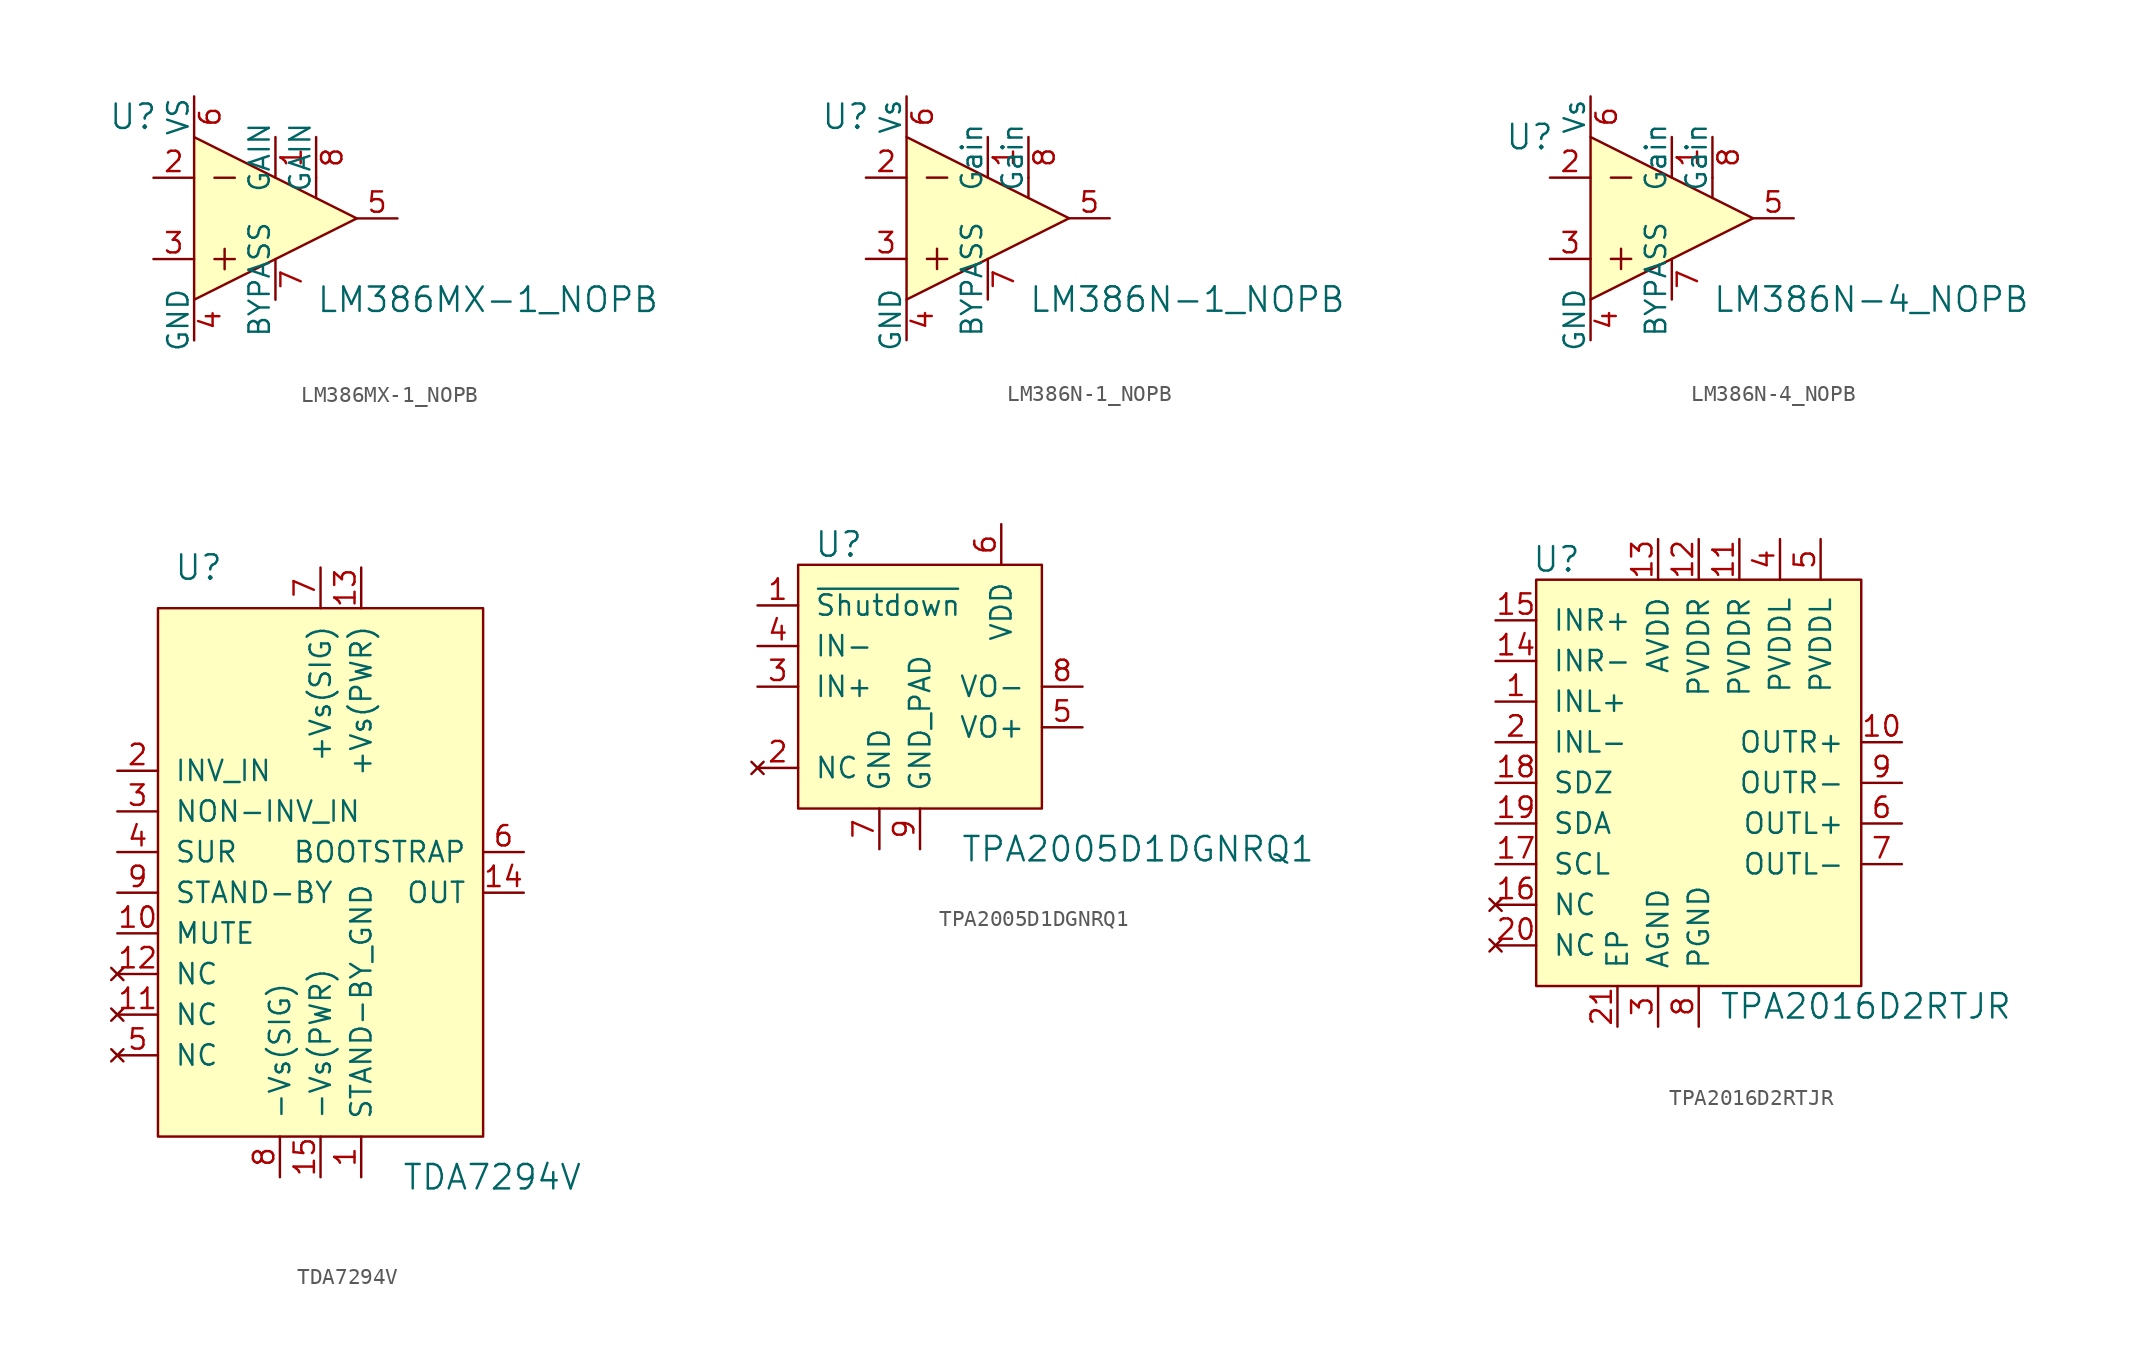
<source format=kicad_sym>
(kicad_symbol_lib
  (version 20201005)
  (generator kicad_symbol_editor)
  (symbol "LM386MX-1_NOPB"
    (pin_names
      (offset 0))
    (property "Reference" "U"
      (at -8.89 6.35 0)
      (effects (font (size 1.524 1.524))))
    (property "Value" "LM386MX-1_NOPB"
      (at 2.54 -5.08 0)
      (effects (font (size 1.524 1.524)) (justify left)))
    (symbol "LM386MX-1_NOPB_0_1"
      (polyline (pts (xy -3.81 -2.54) (xy -2.54 -2.54)) (stroke (width 0)) (fill (type none)))
      (polyline (pts (xy -3.81 2.54) (xy -2.54 2.54)) (stroke (width 0)) (fill (type none)))
      (polyline (pts (xy -3.175 -1.905) (xy -3.175 -3.175)) (stroke (width 0)) (fill (type none)))
      (polyline (pts (xy 2.54 2.54) (xy 2.54 1.27)) (stroke (width 0)) (fill (type none)))
      (polyline (pts (xy -5.08 5.08) (xy -5.08 -5.08) (xy 5.08 0) (xy -5.08 5.08)) (stroke (width 0)) (fill (type background))))
    (symbol "LM386MX-1_NOPB_1_1"
      (pin passive line (at 0 5.08 270) (length 2.54) (name "GAIN" (effects (font (size 1.27 1.27)))) (number "1" (effects (font (size 1.27 1.27)))))
      (pin input line (at -7.62 2.54 0) (length 2.54) (name "~" (effects (font (size 1.27 1.27)))) (number "2" (effects (font (size 1.27 1.27)))))
      (pin input line (at -7.62 -2.54 0) (length 2.54) (name "~" (effects (font (size 1.27 1.27)))) (number "3" (effects (font (size 1.27 1.27)))))
      (pin power_in line (at -5.08 -7.62 90) (length 2.54) (name "GND" (effects (font (size 1.27 1.27)))) (number "4" (effects (font (size 1.27 1.27)))))
      (pin output line (at 7.62 0 180) (length 2.54) (name "~" (effects (font (size 1.27 1.27)))) (number "5" (effects (font (size 1.27 1.27)))))
      (pin power_in line (at -5.08 7.62 270) (length 2.54) (name "VS" (effects (font (size 1.27 1.27)))) (number "6" (effects (font (size 1.27 1.27)))))
      (pin output line (at 0 -5.08 90) (length 2.54) (name "BYPASS" (effects (font (size 1.27 1.27)))) (number "7" (effects (font (size 1.27 1.27)))))
      (pin passive line (at 2.54 5.08 270) (length 2.54) (name "GAIN" (effects (font (size 1.27 1.27)))) (number "8" (effects (font (size 1.27 1.27)))))))
  (symbol "LM386N-1_NOPB"
    (pin_names
      (offset 0))
    (property "Reference" "U"
      (at -8.89 6.35 0)
      (effects (font (size 1.524 1.524))))
    (property "Value" "LM386N-1_NOPB"
      (at 2.54 -5.08 0)
      (effects (font (size 1.524 1.524)) (justify left)))
    (symbol "LM386N-1_NOPB_0_1"
      (polyline (pts (xy -3.81 -2.54) (xy -2.54 -2.54)) (stroke (width 0)) (fill (type none)))
      (polyline (pts (xy -3.81 2.54) (xy -2.54 2.54)) (stroke (width 0)) (fill (type none)))
      (polyline (pts (xy -3.175 -1.905) (xy -3.175 -3.175)) (stroke (width 0)) (fill (type none)))
      (polyline (pts (xy 2.54 2.54) (xy 2.54 1.27)) (stroke (width 0)) (fill (type none)))
      (polyline (pts (xy -5.08 5.08) (xy -5.08 -5.08) (xy 5.08 0) (xy -5.08 5.08)) (stroke (width 0)) (fill (type background))))
    (symbol "LM386N-1_NOPB_1_1"
      (pin input line (at 0 5.08 270) (length 2.54) (name "Gain" (effects (font (size 1.27 1.27)))) (number "1" (effects (font (size 1.27 1.27)))))
      (pin input line (at -7.62 2.54 0) (length 2.54) (name "~" (effects (font (size 1.27 1.27)))) (number "2" (effects (font (size 1.27 1.27)))))
      (pin input line (at -7.62 -2.54 0) (length 2.54) (name "~" (effects (font (size 1.27 1.27)))) (number "3" (effects (font (size 1.27 1.27)))))
      (pin power_in line (at -5.08 -7.62 90) (length 2.54) (name "GND" (effects (font (size 1.27 1.27)))) (number "4" (effects (font (size 1.27 1.27)))))
      (pin output line (at 7.62 0 180) (length 2.54) (name "~" (effects (font (size 1.27 1.27)))) (number "5" (effects (font (size 1.27 1.27)))))
      (pin power_in line (at -5.08 7.62 270) (length 2.54) (name "Vs" (effects (font (size 1.27 1.27)))) (number "6" (effects (font (size 1.27 1.27)))))
      (pin output line (at 0 -5.08 90) (length 2.54) (name "BYPASS" (effects (font (size 1.27 1.27)))) (number "7" (effects (font (size 1.27 1.27)))))
      (pin input line (at 2.54 5.08 270) (length 2.54) (name "Gain" (effects (font (size 1.27 1.27)))) (number "8" (effects (font (size 1.27 1.27)))))))
  (symbol "LM386N-4_NOPB"
    (pin_names
      (offset 0))
    (property "Reference" "U"
      (at -8.89 5.08 0)
      (effects (font (size 1.524 1.524))))
    (property "Value" "LM386N-4_NOPB"
      (at 2.54 -5.08 0)
      (effects (font (size 1.524 1.524)) (justify left)))
    (symbol "LM386N-4_NOPB_0_1"
      (polyline (pts (xy -3.81 -2.54) (xy -2.54 -2.54)) (stroke (width 0)) (fill (type none)))
      (polyline (pts (xy -3.81 2.54) (xy -2.54 2.54)) (stroke (width 0)) (fill (type none)))
      (polyline (pts (xy -3.175 -1.905) (xy -3.175 -3.175)) (stroke (width 0)) (fill (type none)))
      (polyline (pts (xy 2.54 2.54) (xy 2.54 1.27)) (stroke (width 0)) (fill (type none)))
      (polyline (pts (xy -5.08 5.08) (xy -5.08 -5.08) (xy 5.08 0) (xy -5.08 5.08)) (stroke (width 0)) (fill (type background))))
    (symbol "LM386N-4_NOPB_1_1"
      (pin passive line (at 0 5.08 270) (length 2.54) (name "Gain" (effects (font (size 1.27 1.27)))) (number "1" (effects (font (size 1.27 1.27)))))
      (pin input line (at -7.62 2.54 0) (length 2.54) (name "~" (effects (font (size 1.27 1.27)))) (number "2" (effects (font (size 1.27 1.27)))))
      (pin input line (at -7.62 -2.54 0) (length 2.54) (name "~" (effects (font (size 1.27 1.27)))) (number "3" (effects (font (size 1.27 1.27)))))
      (pin power_in line (at -5.08 -7.62 90) (length 2.54) (name "GND" (effects (font (size 1.27 1.27)))) (number "4" (effects (font (size 1.27 1.27)))))
      (pin output line (at 7.62 0 180) (length 2.54) (name "~" (effects (font (size 1.27 1.27)))) (number "5" (effects (font (size 1.27 1.27)))))
      (pin power_in line (at -5.08 7.62 270) (length 2.54) (name "Vs" (effects (font (size 1.27 1.27)))) (number "6" (effects (font (size 1.27 1.27)))))
      (pin output line (at 0 -5.08 90) (length 2.54) (name "BYPASS" (effects (font (size 1.27 1.27)))) (number "7" (effects (font (size 1.27 1.27)))))
      (pin passive line (at 2.54 5.08 270) (length 2.54) (name "Gain" (effects (font (size 1.27 1.27)))) (number "8" (effects (font (size 1.27 1.27)))))))
  (symbol "TDA7294V"
    (pin_names
      (offset 1.016))
    (property "Reference" "U"
      (at -7.62 17.78 0)
      (effects (font (size 1.524 1.524))))
    (property "Value" "TDA7294V"
      (at 5.08 -20.32 0)
      (effects (font (size 1.524 1.524)) (justify left)))
    (symbol "TDA7294V_0_1"
      (rectangle (start -10.16 15.24) (end 10.16 -17.78) (stroke (width 0)) (fill (type background))))
    (symbol "TDA7294V_1_1"
      (pin power_in line (at 2.54 -20.32 90) (length 2.54) (name "STAND-BY_GND" (effects (font (size 1.27 1.27)))) (number "1" (effects (font (size 1.27 1.27)))))
      (pin input line (at -12.7 5.08 0) (length 2.54) (name "INV_IN" (effects (font (size 1.27 1.27)))) (number "2" (effects (font (size 1.27 1.27)))))
      (pin input line (at -12.7 2.54 0) (length 2.54) (name "NON-INV_IN" (effects (font (size 1.27 1.27)))) (number "3" (effects (font (size 1.27 1.27)))))
      (pin input line (at -12.7 0 0) (length 2.54) (name "SUR" (effects (font (size 1.27 1.27)))) (number "4" (effects (font (size 1.27 1.27)))))
      (pin no_connect line (at -12.7 -12.7 0) (length 2.54) (name "NC" (effects (font (size 1.27 1.27)))) (number "5" (effects (font (size 1.27 1.27)))))
      (pin output line (at 12.7 0 180) (length 2.54) (name "BOOTSTRAP" (effects (font (size 1.27 1.27)))) (number "6" (effects (font (size 1.27 1.27)))))
      (pin power_in line (at 0 17.78 270) (length 2.54) (name "+Vs(SIG)" (effects (font (size 1.27 1.27)))) (number "7" (effects (font (size 1.27 1.27)))))
      (pin power_in line (at -2.54 -20.32 90) (length 2.54) (name "-Vs(SIG)" (effects (font (size 1.27 1.27)))) (number "8" (effects (font (size 1.27 1.27)))))
      (pin input line (at -12.7 -2.54 0) (length 2.54) (name "STAND-BY" (effects (font (size 1.27 1.27)))) (number "9" (effects (font (size 1.27 1.27)))))
      (pin input line (at -12.7 -5.08 0) (length 2.54) (name "MUTE" (effects (font (size 1.27 1.27)))) (number "10" (effects (font (size 1.27 1.27)))))
      (pin no_connect line (at -12.7 -10.16 0) (length 2.54) (name "NC" (effects (font (size 1.27 1.27)))) (number "11" (effects (font (size 1.27 1.27)))))
      (pin no_connect line (at -12.7 -7.62 0) (length 2.54) (name "NC" (effects (font (size 1.27 1.27)))) (number "12" (effects (font (size 1.27 1.27)))))
      (pin power_in line (at 2.54 17.78 270) (length 2.54) (name "+Vs(PWR)" (effects (font (size 1.27 1.27)))) (number "13" (effects (font (size 1.27 1.27)))))
      (pin output line (at 12.7 -2.54 180) (length 2.54) (name "OUT" (effects (font (size 1.27 1.27)))) (number "14" (effects (font (size 1.27 1.27)))))
      (pin power_in line (at 0 -20.32 90) (length 2.54) (name "-Vs(PWR)" (effects (font (size 1.27 1.27)))) (number "15" (effects (font (size 1.27 1.27)))))))
  (symbol "TPA2005D1DGNRQ1"
    (pin_names
      (offset 1.016))
    (property "Reference" "U"
      (at -10.16 6.35 0)
      (effects (font (size 1.524 1.524))))
    (property "Value" "TPA2005D1DGNRQ1"
      (at -2.54 -12.7 0)
      (effects (font (size 1.524 1.524)) (justify left)))
    (symbol "TPA2005D1DGNRQ1_0_1"
      (rectangle (start -12.7 5.08) (end 2.54 -10.16) (stroke (width 0)) (fill (type background))))
    (symbol "TPA2005D1DGNRQ1_1_1"
      (pin input line (at -15.24 2.54 0) (length 2.54) (name "~Shutdown" (effects (font (size 1.27 1.27)))) (number "1" (effects (font (size 1.27 1.27)))))
      (pin no_connect line (at -15.24 -7.62 0) (length 2.54) (name "NC" (effects (font (size 1.27 1.27)))) (number "2" (effects (font (size 1.27 1.27)))))
      (pin input line (at -15.24 -2.54 0) (length 2.54) (name "IN+" (effects (font (size 1.27 1.27)))) (number "3" (effects (font (size 1.27 1.27)))))
      (pin input line (at -15.24 0 0) (length 2.54) (name "IN-" (effects (font (size 1.27 1.27)))) (number "4" (effects (font (size 1.27 1.27)))))
      (pin output line (at 5.08 -5.08 180) (length 2.54) (name "VO+" (effects (font (size 1.27 1.27)))) (number "5" (effects (font (size 1.27 1.27)))))
      (pin power_in line (at 0 7.62 270) (length 2.54) (name "VDD" (effects (font (size 1.27 1.27)))) (number "6" (effects (font (size 1.27 1.27)))))
      (pin power_in line (at -7.62 -12.7 90) (length 2.54) (name "GND" (effects (font (size 1.27 1.27)))) (number "7" (effects (font (size 1.27 1.27)))))
      (pin output line (at 5.08 -2.54 180) (length 2.54) (name "VO-" (effects (font (size 1.27 1.27)))) (number "8" (effects (font (size 1.27 1.27)))))
      (pin power_in line (at -5.08 -12.7 90) (length 2.54) (name "GND_PAD" (effects (font (size 1.27 1.27)))) (number "9" (effects (font (size 1.27 1.27)))))))
  (symbol "TPA2016D2RTJR"
    (pin_names
      (offset 1.016))
    (property "Reference" "U"
      (at -6.35 3.81 0)
      (effects (font (size 1.524 1.524))))
    (property "Value" "TPA2016D2RTJR"
      (at 3.81 -24.13 0)
      (effects (font (size 1.524 1.524)) (justify left)))
    (symbol "TPA2016D2RTJR_0_1"
      (rectangle (start -7.62 2.54) (end 12.7 -22.86) (stroke (width 0)) (fill (type background))))
    (symbol "TPA2016D2RTJR_1_1"
      (pin input line (at -10.16 -5.08 0) (length 2.54) (name "INL+" (effects (font (size 1.27 1.27)))) (number "1" (effects (font (size 1.27 1.27)))))
      (pin input line (at -10.16 -7.62 0) (length 2.54) (name "INL-" (effects (font (size 1.27 1.27)))) (number "2" (effects (font (size 1.27 1.27)))))
      (pin power_in line (at 0 -25.4 90) (length 2.54) (name "AGND" (effects (font (size 1.27 1.27)))) (number "3" (effects (font (size 1.27 1.27)))))
      (pin power_in line (at 7.62 5.08 270) (length 2.54) (name "PVDDL" (effects (font (size 1.27 1.27)))) (number "4" (effects (font (size 1.27 1.27)))))
      (pin power_in line (at 10.16 5.08 270) (length 2.54) (name "PVDDL" (effects (font (size 1.27 1.27)))) (number "5" (effects (font (size 1.27 1.27)))))
      (pin output line (at 15.24 -12.7 180) (length 2.54) (name "OUTL+" (effects (font (size 1.27 1.27)))) (number "6" (effects (font (size 1.27 1.27)))))
      (pin output line (at 15.24 -15.24 180) (length 2.54) (name "OUTL-" (effects (font (size 1.27 1.27)))) (number "7" (effects (font (size 1.27 1.27)))))
      (pin power_in line (at 2.54 -25.4 90) (length 2.54) (name "PGND" (effects (font (size 1.27 1.27)))) (number "8" (effects (font (size 1.27 1.27)))))
      (pin output line (at 15.24 -10.16 180) (length 2.54) (name "OUTR-" (effects (font (size 1.27 1.27)))) (number "9" (effects (font (size 1.27 1.27)))))
      (pin output line (at 15.24 -7.62 180) (length 2.54) (name "OUTR+" (effects (font (size 1.27 1.27)))) (number "10" (effects (font (size 1.27 1.27)))))
      (pin no_connect line (at -10.16 -20.32 0) (length 2.54) (name "NC" (effects (font (size 1.27 1.27)))) (number "20" (effects (font (size 1.27 1.27)))))
      (pin power_in line (at 5.08 5.08 270) (length 2.54) (name "PVDDR" (effects (font (size 1.27 1.27)))) (number "11" (effects (font (size 1.27 1.27)))))
      (pin passive line (at -2.54 -25.4 90) (length 2.54) (name "EP" (effects (font (size 1.27 1.27)))) (number "21" (effects (font (size 1.27 1.27)))))
      (pin power_in line (at 2.54 5.08 270) (length 2.54) (name "PVDDR" (effects (font (size 1.27 1.27)))) (number "12" (effects (font (size 1.27 1.27)))))
      (pin power_in line (at 0 5.08 270) (length 2.54) (name "AVDD" (effects (font (size 1.27 1.27)))) (number "13" (effects (font (size 1.27 1.27)))))
      (pin input line (at -10.16 -2.54 0) (length 2.54) (name "INR-" (effects (font (size 1.27 1.27)))) (number "14" (effects (font (size 1.27 1.27)))))
      (pin input line (at -10.16 0 0) (length 2.54) (name "INR+" (effects (font (size 1.27 1.27)))) (number "15" (effects (font (size 1.27 1.27)))))
      (pin no_connect line (at -10.16 -17.78 0) (length 2.54) (name "NC" (effects (font (size 1.27 1.27)))) (number "16" (effects (font (size 1.27 1.27)))))
      (pin input line (at -10.16 -15.24 0) (length 2.54) (name "SCL" (effects (font (size 1.27 1.27)))) (number "17" (effects (font (size 1.27 1.27)))))
      (pin input line (at -10.16 -10.16 0) (length 2.54) (name "SDZ" (effects (font (size 1.27 1.27)))) (number "18" (effects (font (size 1.27 1.27)))))
      (pin bidirectional line (at -10.16 -12.7 0) (length 2.54) (name "SDA" (effects (font (size 1.27 1.27)))) (number "19" (effects (font (size 1.27 1.27))))))))
</source>
